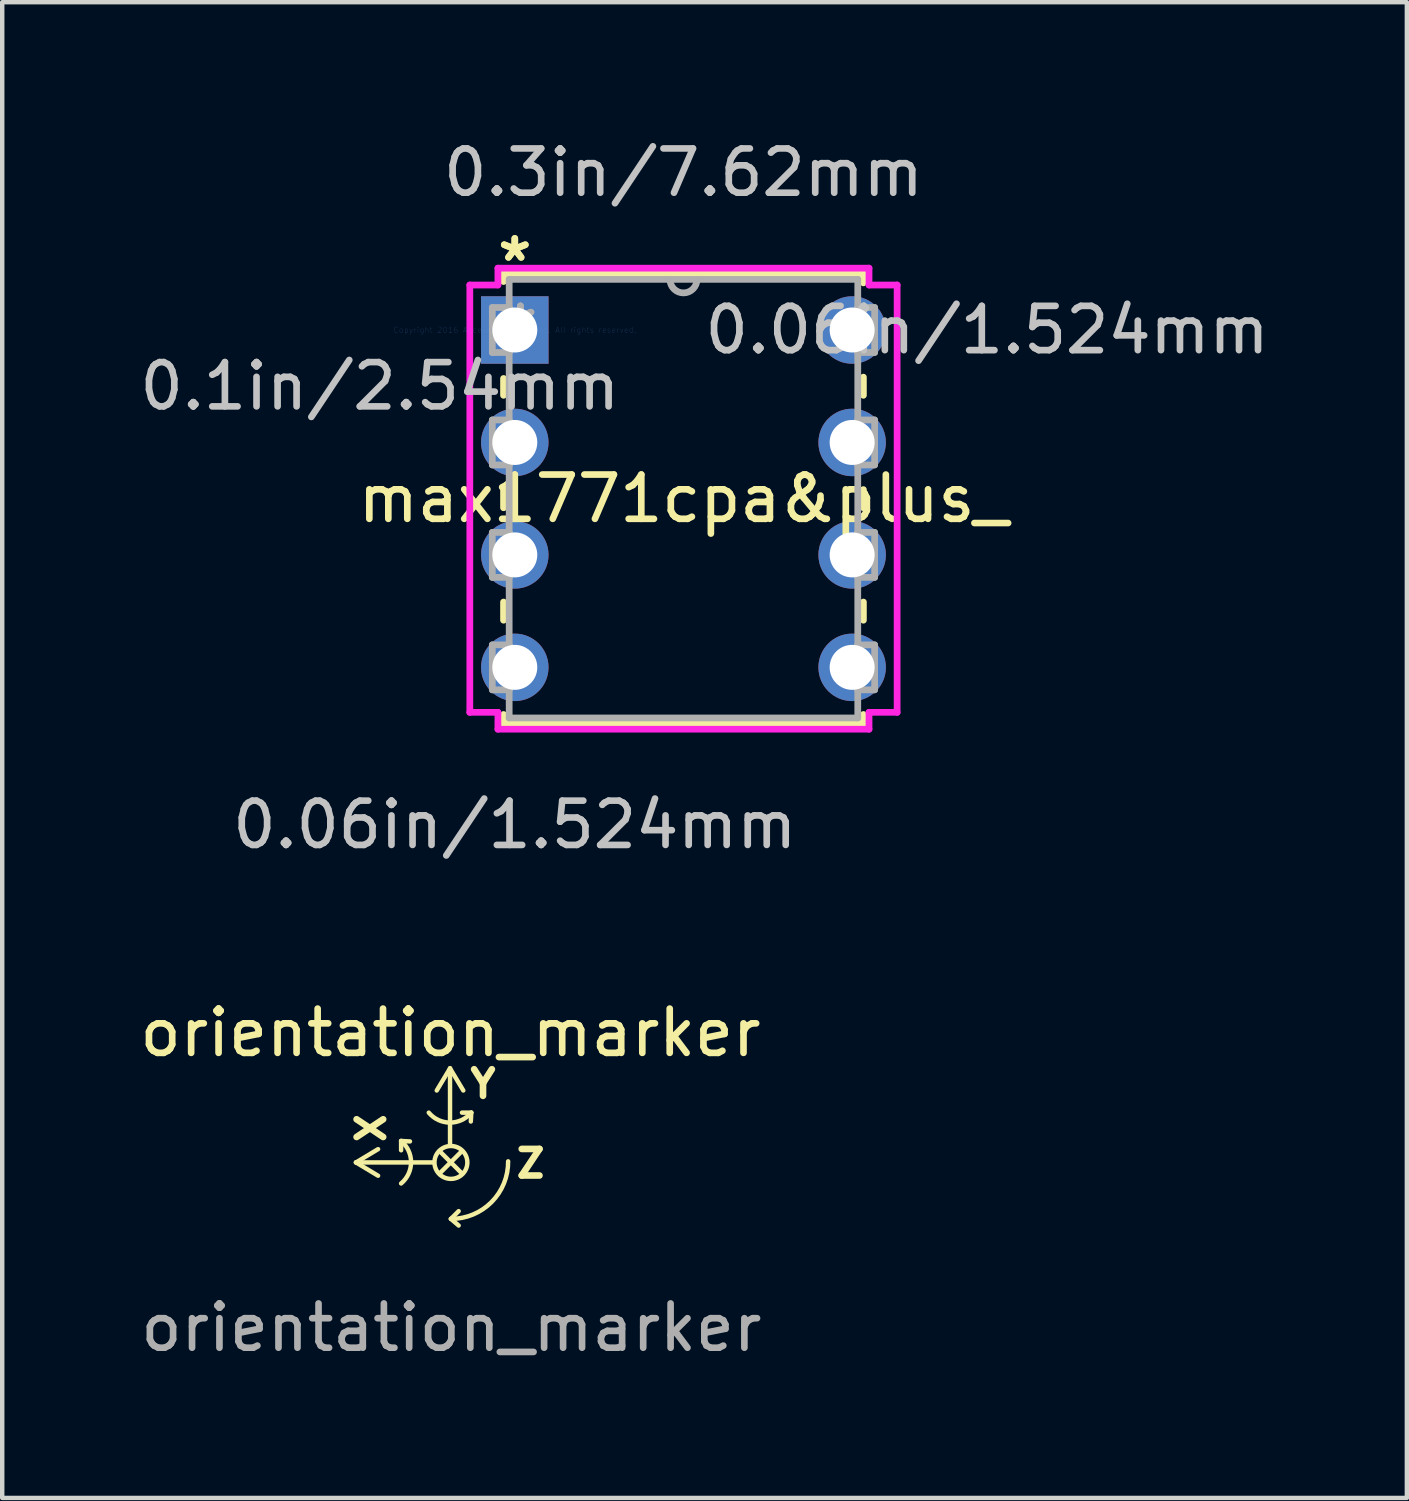
<source format=kicad_pcb>
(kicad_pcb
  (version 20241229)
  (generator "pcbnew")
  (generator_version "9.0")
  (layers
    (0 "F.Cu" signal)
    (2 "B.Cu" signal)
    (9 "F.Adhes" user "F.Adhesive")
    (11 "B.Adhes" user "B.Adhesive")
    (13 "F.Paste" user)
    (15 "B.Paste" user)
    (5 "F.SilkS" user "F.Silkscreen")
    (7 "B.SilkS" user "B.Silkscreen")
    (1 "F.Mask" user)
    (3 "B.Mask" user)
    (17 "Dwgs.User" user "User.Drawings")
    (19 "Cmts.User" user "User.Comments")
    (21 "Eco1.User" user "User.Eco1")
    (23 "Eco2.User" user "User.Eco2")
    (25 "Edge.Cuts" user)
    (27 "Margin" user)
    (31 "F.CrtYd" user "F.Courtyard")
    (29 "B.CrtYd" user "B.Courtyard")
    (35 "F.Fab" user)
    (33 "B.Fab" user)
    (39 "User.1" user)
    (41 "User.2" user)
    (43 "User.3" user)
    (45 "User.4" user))
  (footprint "max1771cpa&plus_"
    (layer "F.Cu")
    (at 8.578 4.404)
    (property "Reference" "max1771cpa&plus_" (at 3.81 3.81 0) (layer "F.SilkS") (effects (font (size 1 1) (thickness 0.15))))
    (attr through_hole)
    (fp_line (start -0.254 -1.27) (end -0.254 -1.095) (stroke (width 0.152) (type solid)) (layer "F.SilkS"))
    (fp_line (start -0.254 1.095) (end -0.254 1.475) (stroke (width 0.152) (type solid)) (layer "F.SilkS"))
    (fp_line (start -0.254 3.605) (end -0.254 4.015) (stroke (width 0.152) (type solid)) (layer "F.SilkS"))
    (fp_line (start -0.254 6.145) (end -0.254 6.555) (stroke (width 0.152) (type solid)) (layer "F.SilkS"))
    (fp_line (start -0.254 8.685) (end -0.254 8.89) (stroke (width 0.152) (type solid)) (layer "F.SilkS"))
    (fp_line (start -0.254 8.89) (end 7.874 8.89) (stroke (width 0.152) (type solid)) (layer "F.SilkS"))
    (fp_line (start 7.874 -1.27) (end -0.254 -1.27) (stroke (width 0.152) (type solid)) (layer "F.SilkS"))
    (fp_line (start 7.874 -1.065) (end 7.874 -1.27) (stroke (width 0.152) (type solid)) (layer "F.SilkS"))
    (fp_line (start 7.874 1.475) (end 7.874 1.065) (stroke (width 0.152) (type solid)) (layer "F.SilkS"))
    (fp_line (start 7.874 4.015) (end 7.874 3.605) (stroke (width 0.152) (type solid)) (layer "F.SilkS"))
    (fp_line (start 7.874 6.555) (end 7.874 6.145) (stroke (width 0.152) (type solid)) (layer "F.SilkS"))
    (fp_line (start 7.874 8.89) (end 7.874 8.685) (stroke (width 0.152) (type solid)) (layer "F.SilkS"))
    (fp_line (start -1.016 -1.016) (end -1.016 8.636) (stroke (width 0.152) (type solid)) (layer "F.CrtYd"))
    (fp_line (start -1.016 8.636) (end -0.381 8.636) (stroke (width 0.152) (type solid)) (layer "F.CrtYd"))
    (fp_line (start -0.381 -1.397) (end -0.381 -1.016) (stroke (width 0.152) (type solid)) (layer "F.CrtYd"))
    (fp_line (start -0.381 -1.016) (end -1.016 -1.016) (stroke (width 0.152) (type solid)) (layer "F.CrtYd"))
    (fp_line (start -0.381 8.636) (end -0.381 9.017) (stroke (width 0.152) (type solid)) (layer "F.CrtYd"))
    (fp_line (start -0.381 9.017) (end 8.001 9.017) (stroke (width 0.152) (type solid)) (layer "F.CrtYd"))
    (fp_line (start 8.001 -1.397) (end -0.381 -1.397) (stroke (width 0.152) (type solid)) (layer "F.CrtYd"))
    (fp_line (start 8.001 -1.016) (end 8.001 -1.397) (stroke (width 0.152) (type solid)) (layer "F.CrtYd"))
    (fp_line (start 8.001 8.636) (end 8.636 8.636) (stroke (width 0.152) (type solid)) (layer "F.CrtYd"))
    (fp_line (start 8.001 9.017) (end 8.001 8.636) (stroke (width 0.152) (type solid)) (layer "F.CrtYd"))
    (fp_line (start 8.636 -1.016) (end 8.001 -1.016) (stroke (width 0.152) (type solid)) (layer "F.CrtYd"))
    (fp_line (start 8.636 8.636) (end 8.636 -1.016) (stroke (width 0.152) (type solid)) (layer "F.CrtYd"))
    (fp_line (start -0.508 -0.508) (end -0.508 0.508) (stroke (width 0.152) (type solid)) (layer "F.Fab"))
    (fp_line (start -0.508 0.508) (end -0.127 0.508) (stroke (width 0.152) (type solid)) (layer "F.Fab"))
    (fp_line (start -0.508 2.032) (end -0.508 3.048) (stroke (width 0.152) (type solid)) (layer "F.Fab"))
    (fp_line (start -0.508 3.048) (end -0.127 3.048) (stroke (width 0.152) (type solid)) (layer "F.Fab"))
    (fp_line (start -0.508 4.572) (end -0.508 5.588) (stroke (width 0.152) (type solid)) (layer "F.Fab"))
    (fp_line (start -0.508 5.588) (end -0.127 5.588) (stroke (width 0.152) (type solid)) (layer "F.Fab"))
    (fp_line (start -0.508 7.112) (end -0.508 8.128) (stroke (width 0.152) (type solid)) (layer "F.Fab"))
    (fp_line (start -0.508 8.128) (end -0.127 8.128) (stroke (width 0.152) (type solid)) (layer "F.Fab"))
    (fp_line (start -0.127 -1.143) (end -0.127 8.763) (stroke (width 0.152) (type solid)) (layer "F.Fab"))
    (fp_line (start -0.127 -0.508) (end -0.508 -0.508) (stroke (width 0.152) (type solid)) (layer "F.Fab"))
    (fp_line (start -0.127 0.508) (end -0.127 -0.508) (stroke (width 0.152) (type solid)) (layer "F.Fab"))
    (fp_line (start -0.127 2.032) (end -0.508 2.032) (stroke (width 0.152) (type solid)) (layer "F.Fab"))
    (fp_line (start -0.127 3.048) (end -0.127 2.032) (stroke (width 0.152) (type solid)) (layer "F.Fab"))
    (fp_line (start -0.127 4.572) (end -0.508 4.572) (stroke (width 0.152) (type solid)) (layer "F.Fab"))
    (fp_line (start -0.127 5.588) (end -0.127 4.572) (stroke (width 0.152) (type solid)) (layer "F.Fab"))
    (fp_line (start -0.127 7.112) (end -0.508 7.112) (stroke (width 0.152) (type solid)) (layer "F.Fab"))
    (fp_line (start -0.127 8.128) (end -0.127 7.112) (stroke (width 0.152) (type solid)) (layer "F.Fab"))
    (fp_line (start -0.127 8.763) (end 7.747 8.763) (stroke (width 0.152) (type solid)) (layer "F.Fab"))
    (fp_line (start 7.747 -1.143) (end -0.127 -1.143) (stroke (width 0.152) (type solid)) (layer "F.Fab"))
    (fp_line (start 7.747 -0.508) (end 7.747 0.508) (stroke (width 0.152) (type solid)) (layer "F.Fab"))
    (fp_line (start 7.747 0.508) (end 8.128 0.508) (stroke (width 0.152) (type solid)) (layer "F.Fab"))
    (fp_line (start 7.747 2.032) (end 7.747 3.048) (stroke (width 0.152) (type solid)) (layer "F.Fab"))
    (fp_line (start 7.747 3.048) (end 8.128 3.048) (stroke (width 0.152) (type solid)) (layer "F.Fab"))
    (fp_line (start 7.747 4.572) (end 7.747 5.588) (stroke (width 0.152) (type solid)) (layer "F.Fab"))
    (fp_line (start 7.747 5.588) (end 8.128 5.588) (stroke (width 0.152) (type solid)) (layer "F.Fab"))
    (fp_line (start 7.747 7.112) (end 7.747 8.128) (stroke (width 0.152) (type solid)) (layer "F.Fab"))
    (fp_line (start 7.747 8.128) (end 8.128 8.128) (stroke (width 0.152) (type solid)) (layer "F.Fab"))
    (fp_line (start 7.747 8.763) (end 7.747 -1.143) (stroke (width 0.152) (type solid)) (layer "F.Fab"))
    (fp_line (start 8.128 -0.508) (end 7.747 -0.508) (stroke (width 0.152) (type solid)) (layer "F.Fab"))
    (fp_line (start 8.128 0.508) (end 8.128 -0.508) (stroke (width 0.152) (type solid)) (layer "F.Fab"))
    (fp_line (start 8.128 2.032) (end 7.747 2.032) (stroke (width 0.152) (type solid)) (layer "F.Fab"))
    (fp_line (start 8.128 3.048) (end 8.128 2.032) (stroke (width 0.152) (type solid)) (layer "F.Fab"))
    (fp_line (start 8.128 4.572) (end 7.747 4.572) (stroke (width 0.152) (type solid)) (layer "F.Fab"))
    (fp_line (start 8.128 5.588) (end 8.128 4.572) (stroke (width 0.152) (type solid)) (layer "F.Fab"))
    (fp_line (start 8.128 7.112) (end 7.747 7.112) (stroke (width 0.152) (type solid)) (layer "F.Fab"))
    (fp_line (start 8.128 8.128) (end 8.128 7.112) (stroke (width 0.152) (type solid)) (layer "F.Fab"))
    (fp_arc (start 4.1148 -1.143) (mid 3.81 -0.8382) (end 3.5052 -1.143) (stroke (width 0.1524) (type solid)) (layer "F.Fab"))
    (fp_text user "*" (at 0 -1.524 0) (layer "F.SilkS") (effects (font (size 1 1) (thickness 0.15))))
    (fp_text user "*" (at 0 -1.524 0) (layer "F.SilkS") (effects (font (size 1 1) (thickness 0.15))))
    (fp_text user "0.06in/1.524mm" (at 10.668 0 0) (layer "Dwgs.User") (effects (font (size 1 1) (thickness 0.15))))
    (fp_text user "0.06in/1.524mm" (at 0 11.176 0) (layer "Dwgs.User") (effects (font (size 1 1) (thickness 0.15))))
    (fp_text user "0.1in/2.54mm" (at -3.048 1.27 0) (layer "Dwgs.User") (effects (font (size 1 1) (thickness 0.15))))
    (fp_text user "0.3in/7.62mm" (at 3.81 -3.556 0) (layer "Dwgs.User") (effects (font (size 1 1) (thickness 0.15))))
    (fp_text user "Copyright 2016 Accelerated Designs. All rights reserved." (at 0 0 0) (layer "Cmts.User") (effects (font (size 0.127 0.127) (thickness 0.002))))
    (fp_text user "*" (at 0.127 0 0) (layer "F.Fab") (effects (font (size 1 1) (thickness 0.15))))
    (fp_text user "*" (at 0.127 0 0) (layer "F.Fab") (effects (font (size 1 1) (thickness 0.15))))
    (pad "1" thru_hole rect (at 0 0) (size 1.524 1.524) (drill 1.016) (layers "*.Cu" "*.Mask"))
    (pad "2" thru_hole circle (at 0 2.54) (size 1.524 1.524) (drill 1.016) (layers "*.Cu" "*.Mask"))
    (pad "3" thru_hole circle (at 0 5.08) (size 1.524 1.524) (drill 1.016) (layers "*.Cu" "*.Mask"))
    (pad "4" thru_hole circle (at 0 7.62) (size 1.524 1.524) (drill 1.016) (layers "*.Cu" "*.Mask"))
    (pad "5" thru_hole circle (at 7.62 7.62) (size 1.524 1.524) (drill 1.016) (layers "*.Cu" "*.Mask"))
    (pad "6" thru_hole circle (at 7.62 5.08) (size 1.524 1.524) (drill 1.016) (layers "*.Cu" "*.Mask"))
    (pad "7" thru_hole circle (at 7.62 2.54) (size 1.524 1.524) (drill 1.016) (layers "*.Cu" "*.Mask"))
    (pad "8" thru_hole circle (at 7.62 0) (size 1.524 1.524) (drill 1.016) (layers "*.Cu" "*.Mask")))
  (footprint "orientation_marker"
    (layer "F.Cu")
    (at 7.125 23.187)
    (property "Reference" "orientation_marker" (at 0 -2.91 0) (unlocked yes) (layer "F.SilkS") (effects (font (size 1 1) (thickness 0.15))))
    (attr smd)
    (fp_line (start -2.135 0.02) (end -1.635 -0.28) (stroke (width 0.1) (type default)) (layer "F.SilkS"))
    (fp_line (start -2.135 0.02) (end -1.635 0.32) (stroke (width 0.1) (type default)) (layer "F.SilkS"))
    (fp_line (start -2.135 0.02) (end -0.385 0.02) (stroke (width 0.1) (type default)) (layer "F.SilkS"))
    (fp_line (start -1.115 -0.465) (end -1.115 -0.255) (stroke (width 0.1) (type default)) (layer "F.SilkS"))
    (fp_line (start -1.115 -0.465) (end -0.915 -0.455) (stroke (width 0.1) (type default)) (layer "F.SilkS"))
    (fp_line (start -0.24 -0.23) (end 0.26 0.27) (stroke (width 0.1) (type default)) (layer "F.SilkS"))
    (fp_line (start -0.222 0.245) (end 0.253 -0.23) (stroke (width 0.1) (type default)) (layer "F.SilkS"))
    (fp_line (start -0.01 -2.105) (end -0.31 -1.605) (stroke (width 0.1) (type default)) (layer "F.SilkS"))
    (fp_line (start -0.01 -2.105) (end -0.01 -0.355) (stroke (width 0.1) (type default)) (layer "F.SilkS"))
    (fp_line (start -0.01 -2.105) (end 0.29 -1.605) (stroke (width 0.1) (type default)) (layer "F.SilkS"))
    (fp_line (start 0.01 1.295) (end 0.185 1.12) (stroke (width 0.1) (type default)) (layer "F.SilkS"))
    (fp_line (start 0.01 1.295) (end 0.185 1.445) (stroke (width 0.1) (type default)) (layer "F.SilkS"))
    (fp_line (start 0.47 -1.105) (end 0.26 -1.105) (stroke (width 0.1) (type default)) (layer "F.SilkS"))
    (fp_line (start 0.47 -1.105) (end 0.46 -0.905) (stroke (width 0.1) (type default)) (layer "F.SilkS"))
    (fp_arc (start -1.115 -0.465088) (mid -0.89 0.014956) (end -1.115 0.495) (stroke (width 0.1) (type default)) (layer "F.SilkS"))
    (fp_arc (start 0.470088 -1.105) (mid -0.009956 -0.88) (end -0.49 -1.105) (stroke (width 0.1) (type default)) (layer "F.SilkS"))
    (fp_arc (start 1.302491 -0.005172) (mid 0.928143 0.915205) (end 0.01 1.294999) (stroke (width 0.1) (type default)) (layer "F.SilkS"))
    (fp_circle (center 0.01 0.02) (end 0.378 0.07) (stroke (width 0.1) (type default)) (fill no) (layer "F.SilkS"))
    (fp_text user "Z" (at 1.81 0.045 0) (unlocked yes) (layer "F.SilkS") (effects (font (size 0.6 0.6) (thickness 0.15))))
    (fp_text user "Y\n" (at 0.735 -1.755 0) (unlocked yes) (layer "F.SilkS") (effects (font (size 0.6 0.6) (thickness 0.15))))
    (fp_text user "X" (at -1.79 -0.755 90) (unlocked yes) (layer "F.SilkS") (effects (font (size 0.6 0.6) (thickness 0.15))))
    (fp_text user "${REFERENCE}" (at 0.02 3.75 0) (unlocked yes) (layer "F.Fab") (effects (font (size 1 1) (thickness 0.15)))))
  (gr_rect
    (start -3 -3)
    (end 28.728 30.785)
    (stroke (width 0.1) (type default))
    (fill no)
    (layer "Edge.Cuts")))
</source>
